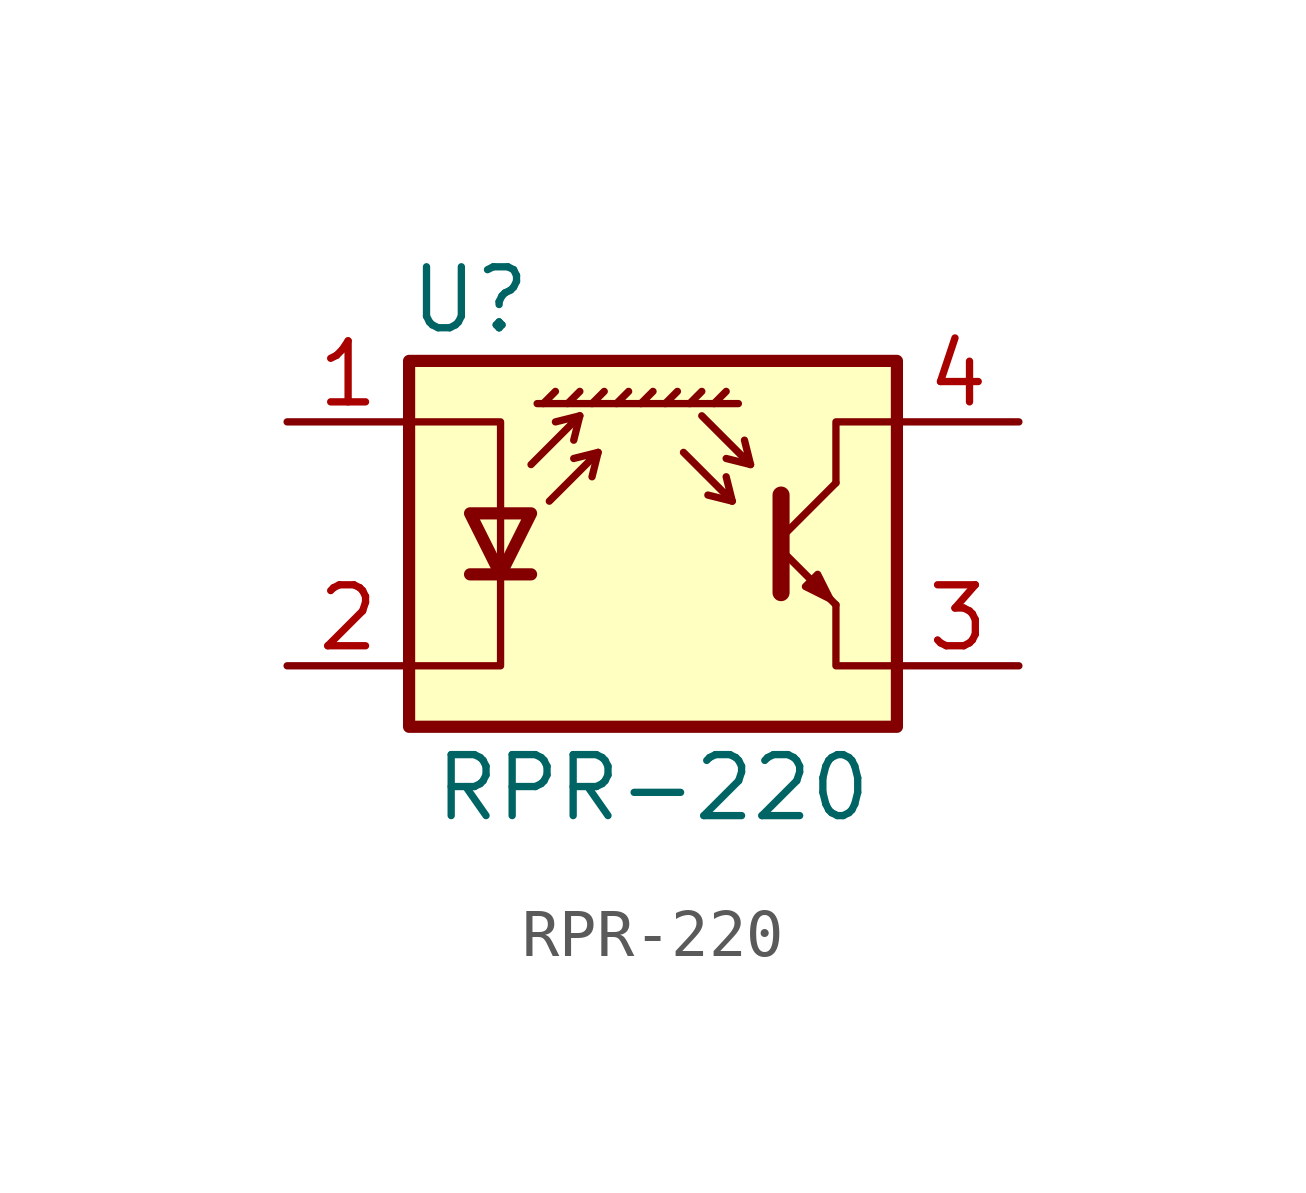
<source format=kicad_sym>
(kicad_symbol_lib
  (version 20220914)
  (generator kicad_symbol_editor)
  (symbol "RPR-220"
    (pin_names
      (offset 1.016) hide)
    (property "Reference" "U"
      (at -3.81 5.08 0)
      (effects (font (size 1.27 1.27))))
    (property "Value" "RPR-220"
      (at 0 -5.08 0)
      (effects (font (size 1.27 1.27))))
    (symbol "RPR-220_0_1"
      (polyline (pts (xy -3.81 -0.635) (xy -2.54 -0.635)) (stroke (width 0.254) (type solid)) (fill (type none)))
      (polyline (pts (xy -2.286 2.921) (xy -2.032 3.175)) (stroke (width 0) (type solid)) (fill (type none)))
      (polyline (pts (xy -1.778 2.921) (xy -1.524 3.175)) (stroke (width 0) (type solid)) (fill (type none)))
      (polyline (pts (xy -1.524 2.667) (xy -1.651 2.159)) (stroke (width 0) (type solid)) (fill (type none)))
      (polyline (pts (xy -1.27 2.921) (xy -1.016 3.175)) (stroke (width 0) (type solid)) (fill (type none)))
      (polyline (pts (xy -1.143 1.905) (xy -1.27 1.397)) (stroke (width 0) (type solid)) (fill (type none)))
      (polyline (pts (xy -0.762 2.921) (xy -0.508 3.175)) (stroke (width 0) (type solid)) (fill (type none)))
      (polyline (pts (xy -0.254 2.921) (xy 0 3.175)) (stroke (width 0) (type solid)) (fill (type none)))
      (polyline (pts (xy 0.254 2.921) (xy 0.508 3.175)) (stroke (width 0) (type solid)) (fill (type none)))
      (polyline (pts (xy 0.762 2.921) (xy 1.016 3.175)) (stroke (width 0) (type solid)) (fill (type none)))
      (polyline (pts (xy 1.27 2.921) (xy 1.524 3.175)) (stroke (width 0) (type solid)) (fill (type none)))
      (polyline (pts (xy 1.651 0.889) (xy 1.143 1.016)) (stroke (width 0) (type solid)) (fill (type none)))
      (polyline (pts (xy 1.778 2.921) (xy -2.413 2.921)) (stroke (width 0) (type solid)) (fill (type none)))
      (polyline (pts (xy 2.032 1.651) (xy 1.524 1.778)) (stroke (width 0) (type solid)) (fill (type none)))
      (polyline (pts (xy 2.667 -0.127) (xy 3.81 -1.27)) (stroke (width 0) (type solid)) (fill (type none)))
      (polyline (pts (xy 2.667 0.127) (xy 3.81 1.27)) (stroke (width 0) (type solid)) (fill (type none)))
      (polyline (pts (xy -2.54 1.651) (xy -1.524 2.667) (xy -2.032 2.54)) (stroke (width 0) (type solid)) (fill (type none)))
      (polyline (pts (xy -2.159 0.889) (xy -1.143 1.905) (xy -1.651 1.778)) (stroke (width 0) (type solid)) (fill (type none)))
      (polyline (pts (xy 0.635 1.905) (xy 1.651 0.889) (xy 1.524 1.397)) (stroke (width 0) (type solid)) (fill (type none)))
      (polyline (pts (xy 1.016 2.667) (xy 2.032 1.651) (xy 1.905 2.159)) (stroke (width 0) (type solid)) (fill (type none)))
      (polyline (pts (xy 2.667 1.016) (xy 2.667 -1.016) (xy 2.667 -1.016)) (stroke (width 0.356) (type solid)) (fill (type none)))
      (polyline (pts (xy 3.81 -1.27) (xy 3.81 -2.54) (xy 5.08 -2.54)) (stroke (width 0) (type solid)) (fill (type none)))
      (polyline (pts (xy 3.81 1.27) (xy 3.81 2.54) (xy 5.08 2.54)) (stroke (width 0) (type solid)) (fill (type none)))
      (polyline (pts (xy -5.08 -2.54) (xy -3.175 -2.54) (xy -3.175 2.54) (xy -5.08 2.54)) (stroke (width 0) (type solid)) (fill (type none)))
      (polyline (pts (xy -3.175 -0.635) (xy -3.81 0.635) (xy -2.54 0.635) (xy -3.175 -0.635)) (stroke (width 0.254) (type solid)) (fill (type none)))
      (polyline (pts (xy 3.683 -1.143) (xy 3.429 -0.635) (xy 3.175 -0.889) (xy 3.683 -1.143)) (stroke (width 0) (type solid)) (fill (type none)))
      (polyline (pts (xy -5.08 -3.81) (xy 5.08 -3.81) (xy 5.08 3.81) (xy -5.08 3.81) (xy -5.08 -3.81)) (stroke (width 0.254) (type solid)) (fill (type background))))
    (symbol "RPR-220_1_1"
      (pin passive line (at -7.62 2.54 0) (length 2.54) (name "A" (effects (font (size 1.27 1.27)))) (number "1" (effects (font (size 1.27 1.27)))))
      (pin passive line (at -7.62 -2.54 0) (length 2.54) (name "K" (effects (font (size 1.27 1.27)))) (number "2" (effects (font (size 1.27 1.27)))))
      (pin passive line (at 7.62 -2.54 180) (length 2.54) (name "E" (effects (font (size 1.27 1.27)))) (number "3" (effects (font (size 1.27 1.27)))))
      (pin passive line (at 7.62 2.54 180) (length 2.54) (name "C" (effects (font (size 1.27 1.27)))) (number "4" (effects (font (size 1.27 1.27))))))))
</source>
